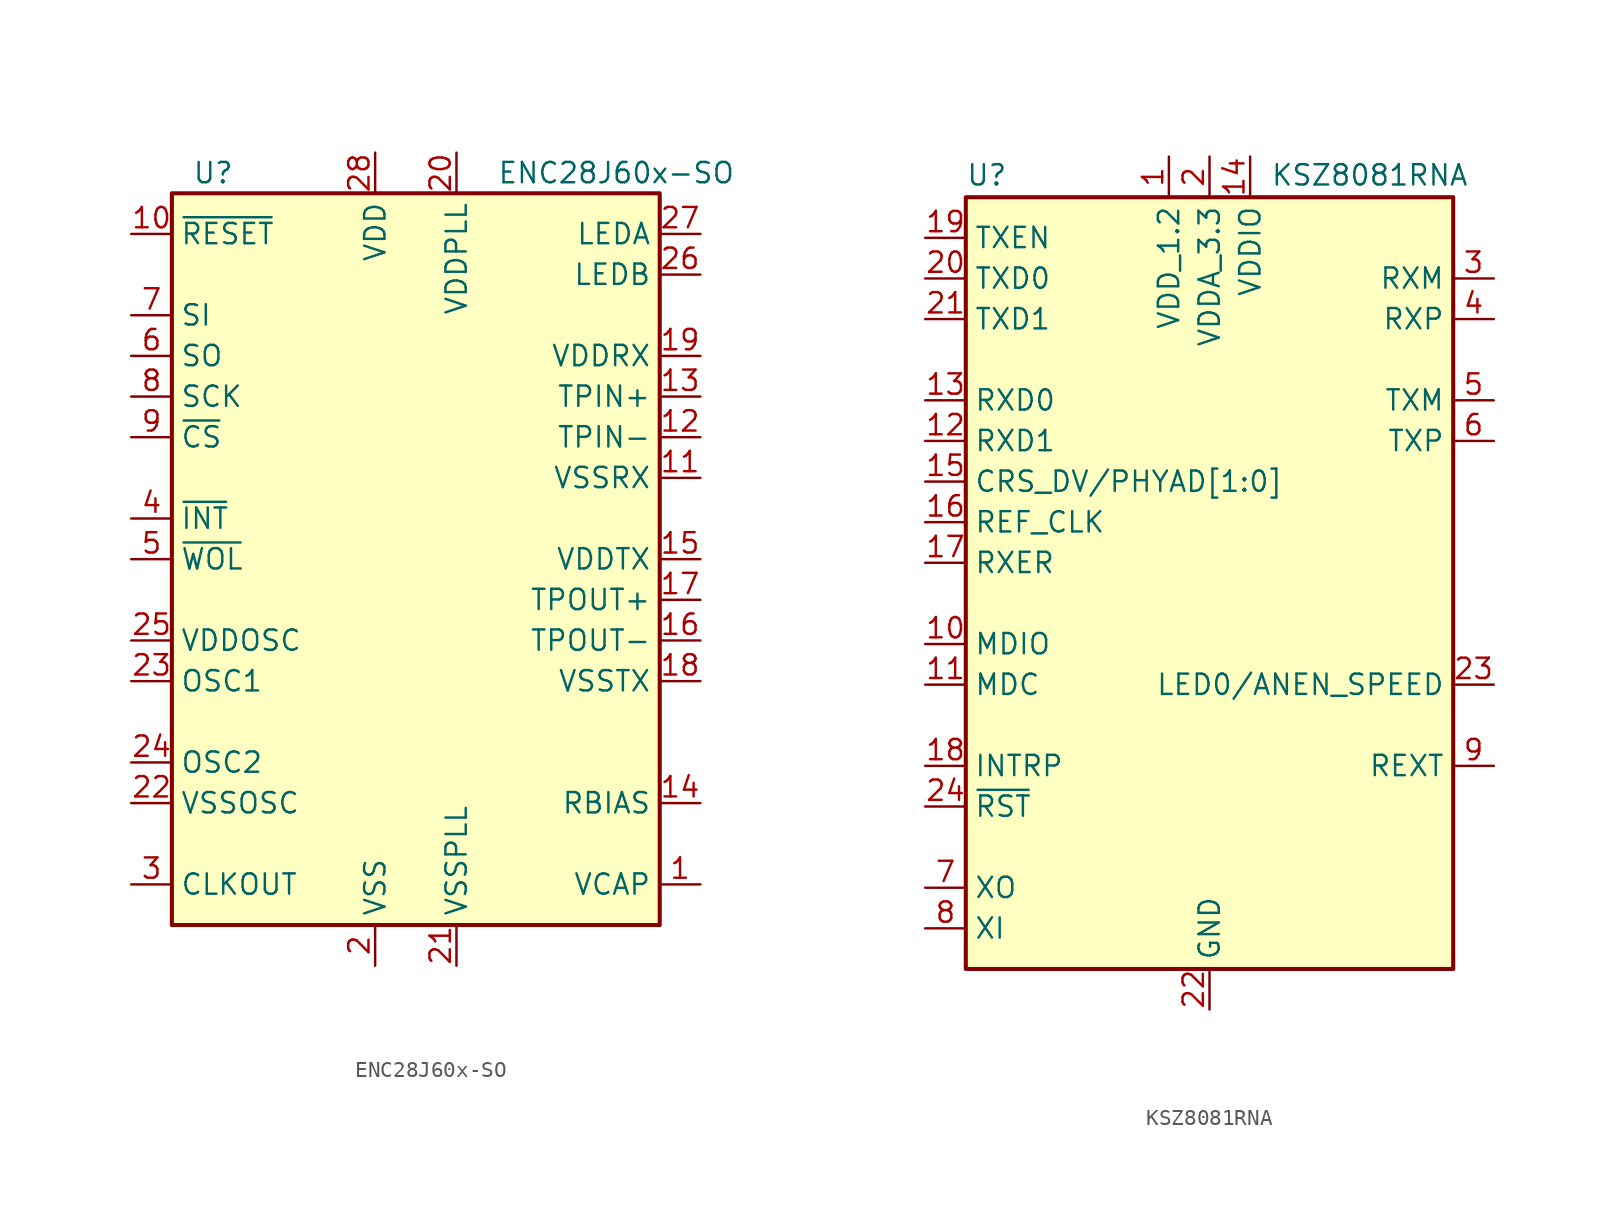
<source format=kicad_sym>
(kicad_symbol_lib
  (version 20201005)
  (generator kicad_symbol_editor)
  (symbol "Interface_Ethernet:ENC28J60x-SO"
    (property "Reference" "U"
      (at -13.97 24.13 0)
      (effects (font (size 1.27 1.27)) (justify left)))
    (property "Value" "ENC28J60x-SO"
      (at 5.08 24.13 0)
      (effects (font (size 1.27 1.27)) (justify left)))
    (symbol "ENC28J60x-SO_0_1"
      (rectangle (start -15.24 22.86) (end 15.24 -22.86) (stroke (width 0.254)) (fill (type background))))
    (symbol "ENC28J60x-SO_1_1"
      (pin input line (at 17.78 -20.32 180) (length 2.54) (name "VCAP" (effects (font (size 1.27 1.27)))) (number "1" (effects (font (size 1.27 1.27)))))
      (pin input line (at -17.78 20.32 0) (length 2.54) (name "~RESET" (effects (font (size 1.27 1.27)))) (number "10" (effects (font (size 1.27 1.27)))))
      (pin power_in line (at 17.78 5.08 180) (length 2.54) (name "VSSRX" (effects (font (size 1.27 1.27)))) (number "11" (effects (font (size 1.27 1.27)))))
      (pin input line (at 17.78 7.62 180) (length 2.54) (name "TPIN-" (effects (font (size 1.27 1.27)))) (number "12" (effects (font (size 1.27 1.27)))))
      (pin input line (at 17.78 10.16 180) (length 2.54) (name "TPIN+" (effects (font (size 1.27 1.27)))) (number "13" (effects (font (size 1.27 1.27)))))
      (pin input line (at 17.78 -15.24 180) (length 2.54) (name "RBIAS" (effects (font (size 1.27 1.27)))) (number "14" (effects (font (size 1.27 1.27)))))
      (pin power_in line (at 17.78 0 180) (length 2.54) (name "VDDTX" (effects (font (size 1.27 1.27)))) (number "15" (effects (font (size 1.27 1.27)))))
      (pin output line (at 17.78 -5.08 180) (length 2.54) (name "TPOUT-" (effects (font (size 1.27 1.27)))) (number "16" (effects (font (size 1.27 1.27)))))
      (pin output line (at 17.78 -2.54 180) (length 2.54) (name "TPOUT+" (effects (font (size 1.27 1.27)))) (number "17" (effects (font (size 1.27 1.27)))))
      (pin power_in line (at 17.78 -7.62 180) (length 2.54) (name "VSSTX" (effects (font (size 1.27 1.27)))) (number "18" (effects (font (size 1.27 1.27)))))
      (pin power_in line (at 17.78 12.7 180) (length 2.54) (name "VDDRX" (effects (font (size 1.27 1.27)))) (number "19" (effects (font (size 1.27 1.27)))))
      (pin power_in line (at -2.54 -25.4 90) (length 2.54) (name "VSS" (effects (font (size 1.27 1.27)))) (number "2" (effects (font (size 1.27 1.27)))))
      (pin power_in line (at 2.54 25.4 270) (length 2.54) (name "VDDPLL" (effects (font (size 1.27 1.27)))) (number "20" (effects (font (size 1.27 1.27)))))
      (pin power_in line (at 2.54 -25.4 90) (length 2.54) (name "VSSPLL" (effects (font (size 1.27 1.27)))) (number "21" (effects (font (size 1.27 1.27)))))
      (pin power_in line (at -17.78 -15.24 0) (length 2.54) (name "VSSOSC" (effects (font (size 1.27 1.27)))) (number "22" (effects (font (size 1.27 1.27)))))
      (pin input line (at -17.78 -7.62 0) (length 2.54) (name "OSC1" (effects (font (size 1.27 1.27)))) (number "23" (effects (font (size 1.27 1.27)))))
      (pin input line (at -17.78 -12.7 0) (length 2.54) (name "OSC2" (effects (font (size 1.27 1.27)))) (number "24" (effects (font (size 1.27 1.27)))))
      (pin power_in line (at -17.78 -5.08 0) (length 2.54) (name "VDDOSC" (effects (font (size 1.27 1.27)))) (number "25" (effects (font (size 1.27 1.27)))))
      (pin output line (at 17.78 17.78 180) (length 2.54) (name "LEDB" (effects (font (size 1.27 1.27)))) (number "26" (effects (font (size 1.27 1.27)))))
      (pin output line (at 17.78 20.32 180) (length 2.54) (name "LEDA" (effects (font (size 1.27 1.27)))) (number "27" (effects (font (size 1.27 1.27)))))
      (pin power_in line (at -2.54 25.4 270) (length 2.54) (name "VDD" (effects (font (size 1.27 1.27)))) (number "28" (effects (font (size 1.27 1.27)))))
      (pin output line (at -17.78 -20.32 0) (length 2.54) (name "CLKOUT" (effects (font (size 1.27 1.27)))) (number "3" (effects (font (size 1.27 1.27)))))
      (pin output line (at -17.78 2.54 0) (length 2.54) (name "~INT" (effects (font (size 1.27 1.27)))) (number "4" (effects (font (size 1.27 1.27)))))
      (pin output line (at -17.78 0 0) (length 2.54) (name "~WOL" (effects (font (size 1.27 1.27)))) (number "5" (effects (font (size 1.27 1.27)))))
      (pin output line (at -17.78 12.7 0) (length 2.54) (name "SO" (effects (font (size 1.27 1.27)))) (number "6" (effects (font (size 1.27 1.27)))))
      (pin input line (at -17.78 15.24 0) (length 2.54) (name "SI" (effects (font (size 1.27 1.27)))) (number "7" (effects (font (size 1.27 1.27)))))
      (pin input line (at -17.78 10.16 0) (length 2.54) (name "SCK" (effects (font (size 1.27 1.27)))) (number "8" (effects (font (size 1.27 1.27)))))
      (pin input line (at -17.78 7.62 0) (length 2.54) (name "~CS" (effects (font (size 1.27 1.27)))) (number "9" (effects (font (size 1.27 1.27)))))))
  (symbol "Interface_Ethernet:KSZ8081RNA"
    (property "Reference" "U"
      (at -15.24 26.035 0)
      (effects (font (size 1.27 1.27)) (justify left bottom)))
    (property "Value" "KSZ8081RNA"
      (at 3.81 26.035 0)
      (effects (font (size 1.27 1.27)) (justify left bottom)))
    (symbol "KSZ8081RNA_0_1"
      (rectangle (start -15.24 25.4) (end 15.24 -22.86) (stroke (width 0.254)) (fill (type background))))
    (symbol "KSZ8081RNA_1_1"
      (pin power_in line (at -2.54 27.94 270) (length 2.54) (name "VDD_1.2" (effects (font (size 1.27 1.27)))) (number "1" (effects (font (size 1.27 1.27)))))
      (pin bidirectional line (at -17.78 -2.54 0) (length 2.54) (name "MDIO" (effects (font (size 1.27 1.27)))) (number "10" (effects (font (size 1.27 1.27)))))
      (pin input line (at -17.78 -5.08 0) (length 2.54) (name "MDC" (effects (font (size 1.27 1.27)))) (number "11" (effects (font (size 1.27 1.27)))))
      (pin output line (at -17.78 10.16 0) (length 2.54) (name "RXD1" (effects (font (size 1.27 1.27)))) (number "12" (effects (font (size 1.27 1.27)))))
      (pin output line (at -17.78 12.7 0) (length 2.54) (name "RXD0" (effects (font (size 1.27 1.27)))) (number "13" (effects (font (size 1.27 1.27)))))
      (pin power_in line (at 2.54 27.94 270) (length 2.54) (name "VDDIO" (effects (font (size 1.27 1.27)))) (number "14" (effects (font (size 1.27 1.27)))))
      (pin output line (at -17.78 7.62 0) (length 2.54) (name "CRS_DV/PHYAD[1:0]" (effects (font (size 1.27 1.27)))) (number "15" (effects (font (size 1.27 1.27)))))
      (pin output line (at -17.78 5.08 0) (length 2.54) (name "REF_CLK" (effects (font (size 1.27 1.27)))) (number "16" (effects (font (size 1.27 1.27)))))
      (pin output line (at -17.78 2.54 0) (length 2.54) (name "RXER" (effects (font (size 1.27 1.27)))) (number "17" (effects (font (size 1.27 1.27)))))
      (pin bidirectional line (at -17.78 -10.16 0) (length 2.54) (name "INTRP" (effects (font (size 1.27 1.27)))) (number "18" (effects (font (size 1.27 1.27)))))
      (pin input line (at -17.78 22.86 0) (length 2.54) (name "TXEN" (effects (font (size 1.27 1.27)))) (number "19" (effects (font (size 1.27 1.27)))))
      (pin power_in line (at 0 27.94 270) (length 2.54) (name "VDDA_3.3" (effects (font (size 1.27 1.27)))) (number "2" (effects (font (size 1.27 1.27)))))
      (pin input line (at -17.78 20.32 0) (length 2.54) (name "TXD0" (effects (font (size 1.27 1.27)))) (number "20" (effects (font (size 1.27 1.27)))))
      (pin bidirectional line (at -17.78 17.78 0) (length 2.54) (name "TXD1" (effects (font (size 1.27 1.27)))) (number "21" (effects (font (size 1.27 1.27)))))
      (pin power_in line (at 0 -25.4 90) (length 2.54) (name "GND" (effects (font (size 1.27 1.27)))) (number "22" (effects (font (size 1.27 1.27)))))
      (pin output line (at 17.78 -5.08 180) (length 2.54) (name "LED0/ANEN_SPEED" (effects (font (size 1.27 1.27)))) (number "23" (effects (font (size 1.27 1.27)))))
      (pin input line (at -17.78 -12.7 0) (length 2.54) (name "~RST" (effects (font (size 1.27 1.27)))) (number "24" (effects (font (size 1.27 1.27)))))
      (pin passive line (at 0 -25.4 90) (length 2.54) hide (name "GND" (effects (font (size 1.27 1.27)))) (number "25" (effects (font (size 1.27 1.27)))))
      (pin bidirectional line (at 17.78 20.32 180) (length 2.54) (name "RXM" (effects (font (size 1.27 1.27)))) (number "3" (effects (font (size 1.27 1.27)))))
      (pin bidirectional line (at 17.78 17.78 180) (length 2.54) (name "RXP" (effects (font (size 1.27 1.27)))) (number "4" (effects (font (size 1.27 1.27)))))
      (pin bidirectional line (at 17.78 12.7 180) (length 2.54) (name "TXM" (effects (font (size 1.27 1.27)))) (number "5" (effects (font (size 1.27 1.27)))))
      (pin bidirectional line (at 17.78 10.16 180) (length 2.54) (name "TXP" (effects (font (size 1.27 1.27)))) (number "6" (effects (font (size 1.27 1.27)))))
      (pin output line (at -17.78 -17.78 0) (length 2.54) (name "XO" (effects (font (size 1.27 1.27)))) (number "7" (effects (font (size 1.27 1.27)))))
      (pin input line (at -17.78 -20.32 0) (length 2.54) (name "XI" (effects (font (size 1.27 1.27)))) (number "8" (effects (font (size 1.27 1.27)))))
      (pin passive line (at 17.78 -10.16 180) (length 2.54) (name "REXT" (effects (font (size 1.27 1.27)))) (number "9" (effects (font (size 1.27 1.27))))))))
</source>
